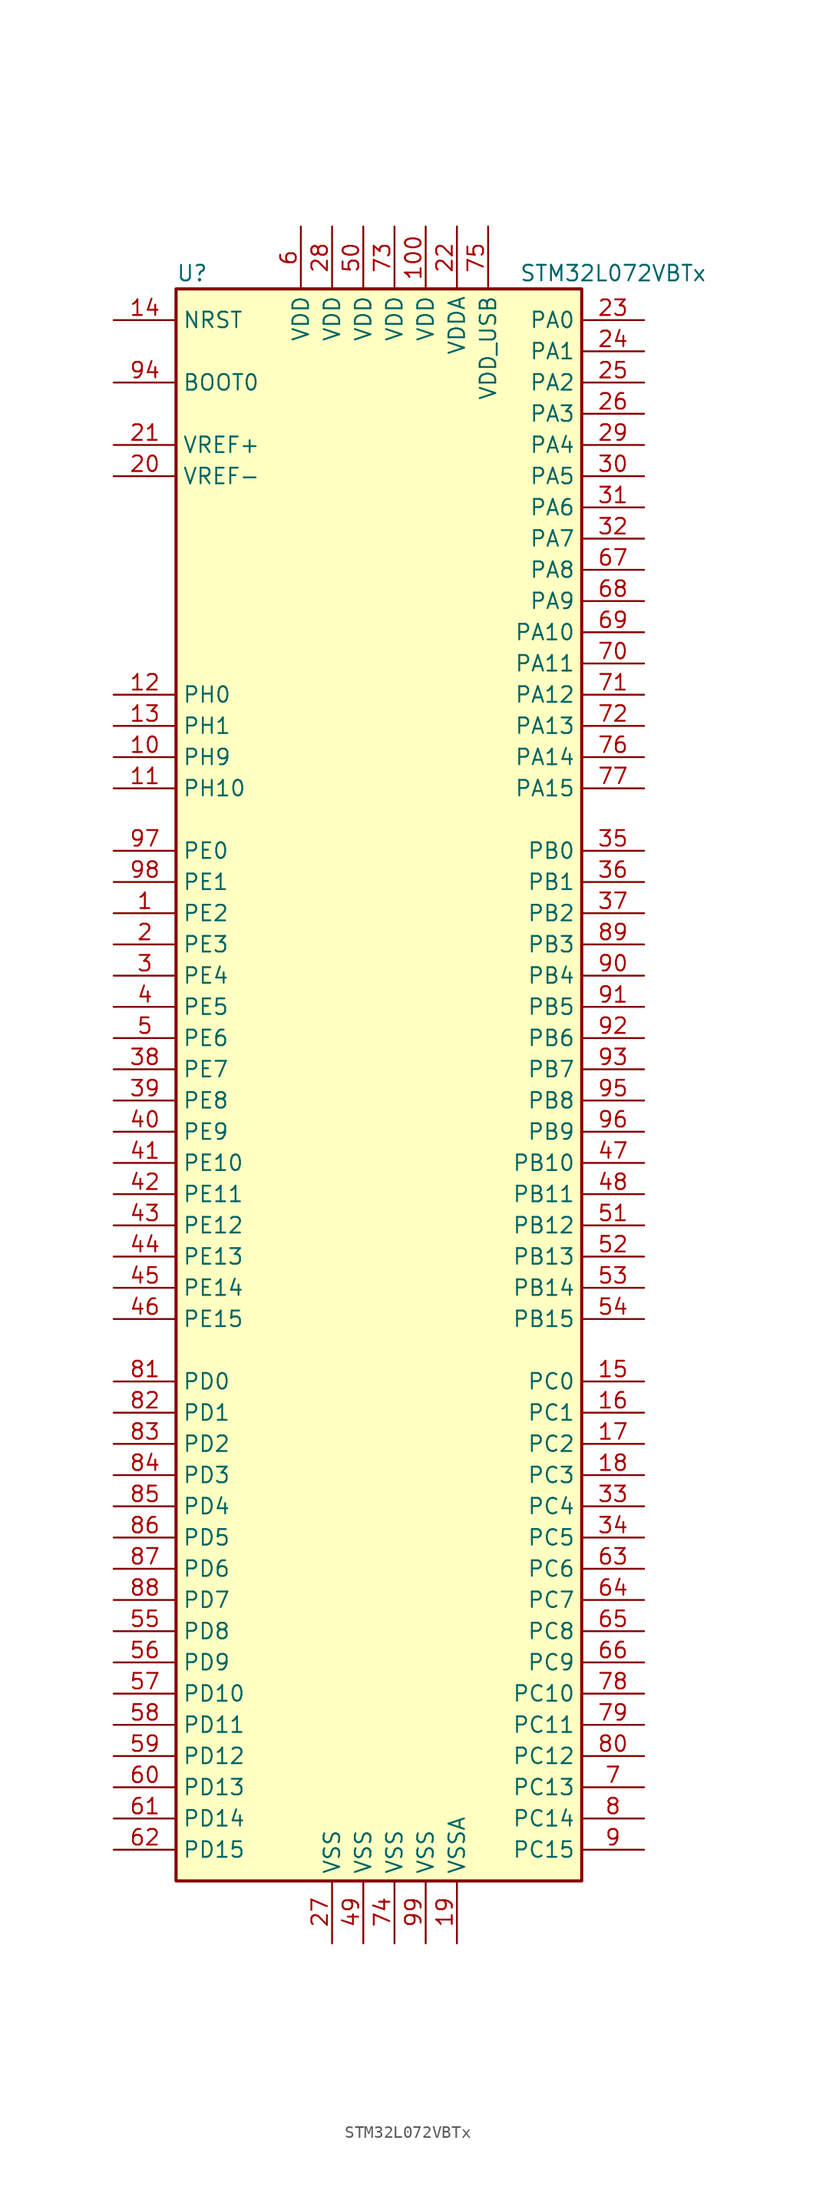
<source format=kicad_sym>
(kicad_symbol_lib
  (version 20211014)
  (generator kicad_symbol_editor)
  (symbol "STM32L072VBTx"
    (property "Reference" "U"
      (at -17.78 64.77 0)
      (effects (font (size 1.27 1.27)) (justify left)))
    (property "Value" "STM32L072VBTx"
      (at 10.16 64.77 0)
      (effects (font (size 1.27 1.27)) (justify left)))
    (symbol "STM32L072VBTx_0_1"
      (rectangle (start -17.78 -66.04) (end 15.24 63.5) (stroke (width 0.254) (type default) (color 0 0 0 0)) (fill (type background))))
    (symbol "STM32L072VBTx_1_1"
      (pin bidirectional line (at -22.86 12.7 0) (length 5.08) (name "PE2" (effects (font (size 1.27 1.27)))) (number "1" (effects (font (size 1.27 1.27)))))
      (pin bidirectional line (at -22.86 25.4 0) (length 5.08) (name "PH9" (effects (font (size 1.27 1.27)))) (number "10" (effects (font (size 1.27 1.27)))))
      (pin power_in line (at 2.54 68.58 270) (length 5.08) (name "VDD" (effects (font (size 1.27 1.27)))) (number "100" (effects (font (size 1.27 1.27)))))
      (pin bidirectional line (at -22.86 22.86 0) (length 5.08) (name "PH10" (effects (font (size 1.27 1.27)))) (number "11" (effects (font (size 1.27 1.27)))))
      (pin input line (at -22.86 30.48 0) (length 5.08) (name "PH0" (effects (font (size 1.27 1.27)))) (number "12" (effects (font (size 1.27 1.27)))))
      (pin input line (at -22.86 27.94 0) (length 5.08) (name "PH1" (effects (font (size 1.27 1.27)))) (number "13" (effects (font (size 1.27 1.27)))))
      (pin input line (at -22.86 60.96 0) (length 5.08) (name "NRST" (effects (font (size 1.27 1.27)))) (number "14" (effects (font (size 1.27 1.27)))))
      (pin bidirectional line (at 20.32 -25.4 180) (length 5.08) (name "PC0" (effects (font (size 1.27 1.27)))) (number "15" (effects (font (size 1.27 1.27)))))
      (pin bidirectional line (at 20.32 -27.94 180) (length 5.08) (name "PC1" (effects (font (size 1.27 1.27)))) (number "16" (effects (font (size 1.27 1.27)))))
      (pin bidirectional line (at 20.32 -30.48 180) (length 5.08) (name "PC2" (effects (font (size 1.27 1.27)))) (number "17" (effects (font (size 1.27 1.27)))))
      (pin bidirectional line (at 20.32 -33.02 180) (length 5.08) (name "PC3" (effects (font (size 1.27 1.27)))) (number "18" (effects (font (size 1.27 1.27)))))
      (pin power_in line (at 5.08 -71.12 90) (length 5.08) (name "VSSA" (effects (font (size 1.27 1.27)))) (number "19" (effects (font (size 1.27 1.27)))))
      (pin bidirectional line (at -22.86 10.16 0) (length 5.08) (name "PE3" (effects (font (size 1.27 1.27)))) (number "2" (effects (font (size 1.27 1.27)))))
      (pin power_in line (at -22.86 48.26 0) (length 5.08) (name "VREF-" (effects (font (size 1.27 1.27)))) (number "20" (effects (font (size 1.27 1.27)))))
      (pin power_in line (at -22.86 50.8 0) (length 5.08) (name "VREF+" (effects (font (size 1.27 1.27)))) (number "21" (effects (font (size 1.27 1.27)))))
      (pin power_in line (at 5.08 68.58 270) (length 5.08) (name "VDDA" (effects (font (size 1.27 1.27)))) (number "22" (effects (font (size 1.27 1.27)))))
      (pin bidirectional line (at 20.32 60.96 180) (length 5.08) (name "PA0" (effects (font (size 1.27 1.27)))) (number "23" (effects (font (size 1.27 1.27)))))
      (pin bidirectional line (at 20.32 58.42 180) (length 5.08) (name "PA1" (effects (font (size 1.27 1.27)))) (number "24" (effects (font (size 1.27 1.27)))))
      (pin bidirectional line (at 20.32 55.88 180) (length 5.08) (name "PA2" (effects (font (size 1.27 1.27)))) (number "25" (effects (font (size 1.27 1.27)))))
      (pin bidirectional line (at 20.32 53.34 180) (length 5.08) (name "PA3" (effects (font (size 1.27 1.27)))) (number "26" (effects (font (size 1.27 1.27)))))
      (pin power_in line (at -5.08 -71.12 90) (length 5.08) (name "VSS" (effects (font (size 1.27 1.27)))) (number "27" (effects (font (size 1.27 1.27)))))
      (pin power_in line (at -5.08 68.58 270) (length 5.08) (name "VDD" (effects (font (size 1.27 1.27)))) (number "28" (effects (font (size 1.27 1.27)))))
      (pin bidirectional line (at 20.32 50.8 180) (length 5.08) (name "PA4" (effects (font (size 1.27 1.27)))) (number "29" (effects (font (size 1.27 1.27)))))
      (pin bidirectional line (at -22.86 7.62 0) (length 5.08) (name "PE4" (effects (font (size 1.27 1.27)))) (number "3" (effects (font (size 1.27 1.27)))))
      (pin bidirectional line (at 20.32 48.26 180) (length 5.08) (name "PA5" (effects (font (size 1.27 1.27)))) (number "30" (effects (font (size 1.27 1.27)))))
      (pin bidirectional line (at 20.32 45.72 180) (length 5.08) (name "PA6" (effects (font (size 1.27 1.27)))) (number "31" (effects (font (size 1.27 1.27)))))
      (pin bidirectional line (at 20.32 43.18 180) (length 5.08) (name "PA7" (effects (font (size 1.27 1.27)))) (number "32" (effects (font (size 1.27 1.27)))))
      (pin bidirectional line (at 20.32 -35.56 180) (length 5.08) (name "PC4" (effects (font (size 1.27 1.27)))) (number "33" (effects (font (size 1.27 1.27)))))
      (pin bidirectional line (at 20.32 -38.1 180) (length 5.08) (name "PC5" (effects (font (size 1.27 1.27)))) (number "34" (effects (font (size 1.27 1.27)))))
      (pin bidirectional line (at 20.32 17.78 180) (length 5.08) (name "PB0" (effects (font (size 1.27 1.27)))) (number "35" (effects (font (size 1.27 1.27)))))
      (pin bidirectional line (at 20.32 15.24 180) (length 5.08) (name "PB1" (effects (font (size 1.27 1.27)))) (number "36" (effects (font (size 1.27 1.27)))))
      (pin bidirectional line (at 20.32 12.7 180) (length 5.08) (name "PB2" (effects (font (size 1.27 1.27)))) (number "37" (effects (font (size 1.27 1.27)))))
      (pin bidirectional line (at -22.86 0 0) (length 5.08) (name "PE7" (effects (font (size 1.27 1.27)))) (number "38" (effects (font (size 1.27 1.27)))))
      (pin bidirectional line (at -22.86 -2.54 0) (length 5.08) (name "PE8" (effects (font (size 1.27 1.27)))) (number "39" (effects (font (size 1.27 1.27)))))
      (pin bidirectional line (at -22.86 5.08 0) (length 5.08) (name "PE5" (effects (font (size 1.27 1.27)))) (number "4" (effects (font (size 1.27 1.27)))))
      (pin bidirectional line (at -22.86 -5.08 0) (length 5.08) (name "PE9" (effects (font (size 1.27 1.27)))) (number "40" (effects (font (size 1.27 1.27)))))
      (pin bidirectional line (at -22.86 -7.62 0) (length 5.08) (name "PE10" (effects (font (size 1.27 1.27)))) (number "41" (effects (font (size 1.27 1.27)))))
      (pin bidirectional line (at -22.86 -10.16 0) (length 5.08) (name "PE11" (effects (font (size 1.27 1.27)))) (number "42" (effects (font (size 1.27 1.27)))))
      (pin bidirectional line (at -22.86 -12.7 0) (length 5.08) (name "PE12" (effects (font (size 1.27 1.27)))) (number "43" (effects (font (size 1.27 1.27)))))
      (pin bidirectional line (at -22.86 -15.24 0) (length 5.08) (name "PE13" (effects (font (size 1.27 1.27)))) (number "44" (effects (font (size 1.27 1.27)))))
      (pin bidirectional line (at -22.86 -17.78 0) (length 5.08) (name "PE14" (effects (font (size 1.27 1.27)))) (number "45" (effects (font (size 1.27 1.27)))))
      (pin bidirectional line (at -22.86 -20.32 0) (length 5.08) (name "PE15" (effects (font (size 1.27 1.27)))) (number "46" (effects (font (size 1.27 1.27)))))
      (pin bidirectional line (at 20.32 -7.62 180) (length 5.08) (name "PB10" (effects (font (size 1.27 1.27)))) (number "47" (effects (font (size 1.27 1.27)))))
      (pin bidirectional line (at 20.32 -10.16 180) (length 5.08) (name "PB11" (effects (font (size 1.27 1.27)))) (number "48" (effects (font (size 1.27 1.27)))))
      (pin power_in line (at -2.54 -71.12 90) (length 5.08) (name "VSS" (effects (font (size 1.27 1.27)))) (number "49" (effects (font (size 1.27 1.27)))))
      (pin bidirectional line (at -22.86 2.54 0) (length 5.08) (name "PE6" (effects (font (size 1.27 1.27)))) (number "5" (effects (font (size 1.27 1.27)))))
      (pin power_in line (at -2.54 68.58 270) (length 5.08) (name "VDD" (effects (font (size 1.27 1.27)))) (number "50" (effects (font (size 1.27 1.27)))))
      (pin bidirectional line (at 20.32 -12.7 180) (length 5.08) (name "PB12" (effects (font (size 1.27 1.27)))) (number "51" (effects (font (size 1.27 1.27)))))
      (pin bidirectional line (at 20.32 -15.24 180) (length 5.08) (name "PB13" (effects (font (size 1.27 1.27)))) (number "52" (effects (font (size 1.27 1.27)))))
      (pin bidirectional line (at 20.32 -17.78 180) (length 5.08) (name "PB14" (effects (font (size 1.27 1.27)))) (number "53" (effects (font (size 1.27 1.27)))))
      (pin bidirectional line (at 20.32 -20.32 180) (length 5.08) (name "PB15" (effects (font (size 1.27 1.27)))) (number "54" (effects (font (size 1.27 1.27)))))
      (pin bidirectional line (at -22.86 -45.72 0) (length 5.08) (name "PD8" (effects (font (size 1.27 1.27)))) (number "55" (effects (font (size 1.27 1.27)))))
      (pin bidirectional line (at -22.86 -48.26 0) (length 5.08) (name "PD9" (effects (font (size 1.27 1.27)))) (number "56" (effects (font (size 1.27 1.27)))))
      (pin bidirectional line (at -22.86 -50.8 0) (length 5.08) (name "PD10" (effects (font (size 1.27 1.27)))) (number "57" (effects (font (size 1.27 1.27)))))
      (pin bidirectional line (at -22.86 -53.34 0) (length 5.08) (name "PD11" (effects (font (size 1.27 1.27)))) (number "58" (effects (font (size 1.27 1.27)))))
      (pin bidirectional line (at -22.86 -55.88 0) (length 5.08) (name "PD12" (effects (font (size 1.27 1.27)))) (number "59" (effects (font (size 1.27 1.27)))))
      (pin power_in line (at -7.62 68.58 270) (length 5.08) (name "VDD" (effects (font (size 1.27 1.27)))) (number "6" (effects (font (size 1.27 1.27)))))
      (pin bidirectional line (at -22.86 -58.42 0) (length 5.08) (name "PD13" (effects (font (size 1.27 1.27)))) (number "60" (effects (font (size 1.27 1.27)))))
      (pin bidirectional line (at -22.86 -60.96 0) (length 5.08) (name "PD14" (effects (font (size 1.27 1.27)))) (number "61" (effects (font (size 1.27 1.27)))))
      (pin bidirectional line (at -22.86 -63.5 0) (length 5.08) (name "PD15" (effects (font (size 1.27 1.27)))) (number "62" (effects (font (size 1.27 1.27)))))
      (pin bidirectional line (at 20.32 -40.64 180) (length 5.08) (name "PC6" (effects (font (size 1.27 1.27)))) (number "63" (effects (font (size 1.27 1.27)))))
      (pin bidirectional line (at 20.32 -43.18 180) (length 5.08) (name "PC7" (effects (font (size 1.27 1.27)))) (number "64" (effects (font (size 1.27 1.27)))))
      (pin bidirectional line (at 20.32 -45.72 180) (length 5.08) (name "PC8" (effects (font (size 1.27 1.27)))) (number "65" (effects (font (size 1.27 1.27)))))
      (pin bidirectional line (at 20.32 -48.26 180) (length 5.08) (name "PC9" (effects (font (size 1.27 1.27)))) (number "66" (effects (font (size 1.27 1.27)))))
      (pin bidirectional line (at 20.32 40.64 180) (length 5.08) (name "PA8" (effects (font (size 1.27 1.27)))) (number "67" (effects (font (size 1.27 1.27)))))
      (pin bidirectional line (at 20.32 38.1 180) (length 5.08) (name "PA9" (effects (font (size 1.27 1.27)))) (number "68" (effects (font (size 1.27 1.27)))))
      (pin bidirectional line (at 20.32 35.56 180) (length 5.08) (name "PA10" (effects (font (size 1.27 1.27)))) (number "69" (effects (font (size 1.27 1.27)))))
      (pin bidirectional line (at 20.32 -58.42 180) (length 5.08) (name "PC13" (effects (font (size 1.27 1.27)))) (number "7" (effects (font (size 1.27 1.27)))))
      (pin bidirectional line (at 20.32 33.02 180) (length 5.08) (name "PA11" (effects (font (size 1.27 1.27)))) (number "70" (effects (font (size 1.27 1.27)))))
      (pin bidirectional line (at 20.32 30.48 180) (length 5.08) (name "PA12" (effects (font (size 1.27 1.27)))) (number "71" (effects (font (size 1.27 1.27)))))
      (pin bidirectional line (at 20.32 27.94 180) (length 5.08) (name "PA13" (effects (font (size 1.27 1.27)))) (number "72" (effects (font (size 1.27 1.27)))))
      (pin power_in line (at 0 68.58 270) (length 5.08) (name "VDD" (effects (font (size 1.27 1.27)))) (number "73" (effects (font (size 1.27 1.27)))))
      (pin power_in line (at 0 -71.12 90) (length 5.08) (name "VSS" (effects (font (size 1.27 1.27)))) (number "74" (effects (font (size 1.27 1.27)))))
      (pin power_in line (at 7.62 68.58 270) (length 5.08) (name "VDD_USB" (effects (font (size 1.27 1.27)))) (number "75" (effects (font (size 1.27 1.27)))))
      (pin bidirectional line (at 20.32 25.4 180) (length 5.08) (name "PA14" (effects (font (size 1.27 1.27)))) (number "76" (effects (font (size 1.27 1.27)))))
      (pin bidirectional line (at 20.32 22.86 180) (length 5.08) (name "PA15" (effects (font (size 1.27 1.27)))) (number "77" (effects (font (size 1.27 1.27)))))
      (pin bidirectional line (at 20.32 -50.8 180) (length 5.08) (name "PC10" (effects (font (size 1.27 1.27)))) (number "78" (effects (font (size 1.27 1.27)))))
      (pin bidirectional line (at 20.32 -53.34 180) (length 5.08) (name "PC11" (effects (font (size 1.27 1.27)))) (number "79" (effects (font (size 1.27 1.27)))))
      (pin bidirectional line (at 20.32 -60.96 180) (length 5.08) (name "PC14" (effects (font (size 1.27 1.27)))) (number "8" (effects (font (size 1.27 1.27)))))
      (pin bidirectional line (at 20.32 -55.88 180) (length 5.08) (name "PC12" (effects (font (size 1.27 1.27)))) (number "80" (effects (font (size 1.27 1.27)))))
      (pin bidirectional line (at -22.86 -25.4 0) (length 5.08) (name "PD0" (effects (font (size 1.27 1.27)))) (number "81" (effects (font (size 1.27 1.27)))))
      (pin bidirectional line (at -22.86 -27.94 0) (length 5.08) (name "PD1" (effects (font (size 1.27 1.27)))) (number "82" (effects (font (size 1.27 1.27)))))
      (pin bidirectional line (at -22.86 -30.48 0) (length 5.08) (name "PD2" (effects (font (size 1.27 1.27)))) (number "83" (effects (font (size 1.27 1.27)))))
      (pin bidirectional line (at -22.86 -33.02 0) (length 5.08) (name "PD3" (effects (font (size 1.27 1.27)))) (number "84" (effects (font (size 1.27 1.27)))))
      (pin bidirectional line (at -22.86 -35.56 0) (length 5.08) (name "PD4" (effects (font (size 1.27 1.27)))) (number "85" (effects (font (size 1.27 1.27)))))
      (pin bidirectional line (at -22.86 -38.1 0) (length 5.08) (name "PD5" (effects (font (size 1.27 1.27)))) (number "86" (effects (font (size 1.27 1.27)))))
      (pin bidirectional line (at -22.86 -40.64 0) (length 5.08) (name "PD6" (effects (font (size 1.27 1.27)))) (number "87" (effects (font (size 1.27 1.27)))))
      (pin bidirectional line (at -22.86 -43.18 0) (length 5.08) (name "PD7" (effects (font (size 1.27 1.27)))) (number "88" (effects (font (size 1.27 1.27)))))
      (pin bidirectional line (at 20.32 10.16 180) (length 5.08) (name "PB3" (effects (font (size 1.27 1.27)))) (number "89" (effects (font (size 1.27 1.27)))))
      (pin bidirectional line (at 20.32 -63.5 180) (length 5.08) (name "PC15" (effects (font (size 1.27 1.27)))) (number "9" (effects (font (size 1.27 1.27)))))
      (pin bidirectional line (at 20.32 7.62 180) (length 5.08) (name "PB4" (effects (font (size 1.27 1.27)))) (number "90" (effects (font (size 1.27 1.27)))))
      (pin bidirectional line (at 20.32 5.08 180) (length 5.08) (name "PB5" (effects (font (size 1.27 1.27)))) (number "91" (effects (font (size 1.27 1.27)))))
      (pin bidirectional line (at 20.32 2.54 180) (length 5.08) (name "PB6" (effects (font (size 1.27 1.27)))) (number "92" (effects (font (size 1.27 1.27)))))
      (pin bidirectional line (at 20.32 0 180) (length 5.08) (name "PB7" (effects (font (size 1.27 1.27)))) (number "93" (effects (font (size 1.27 1.27)))))
      (pin input line (at -22.86 55.88 0) (length 5.08) (name "BOOT0" (effects (font (size 1.27 1.27)))) (number "94" (effects (font (size 1.27 1.27)))))
      (pin bidirectional line (at 20.32 -2.54 180) (length 5.08) (name "PB8" (effects (font (size 1.27 1.27)))) (number "95" (effects (font (size 1.27 1.27)))))
      (pin bidirectional line (at 20.32 -5.08 180) (length 5.08) (name "PB9" (effects (font (size 1.27 1.27)))) (number "96" (effects (font (size 1.27 1.27)))))
      (pin bidirectional line (at -22.86 17.78 0) (length 5.08) (name "PE0" (effects (font (size 1.27 1.27)))) (number "97" (effects (font (size 1.27 1.27)))))
      (pin bidirectional line (at -22.86 15.24 0) (length 5.08) (name "PE1" (effects (font (size 1.27 1.27)))) (number "98" (effects (font (size 1.27 1.27)))))
      (pin power_in line (at 2.54 -71.12 90) (length 5.08) (name "VSS" (effects (font (size 1.27 1.27)))) (number "99" (effects (font (size 1.27 1.27))))))))
</source>
